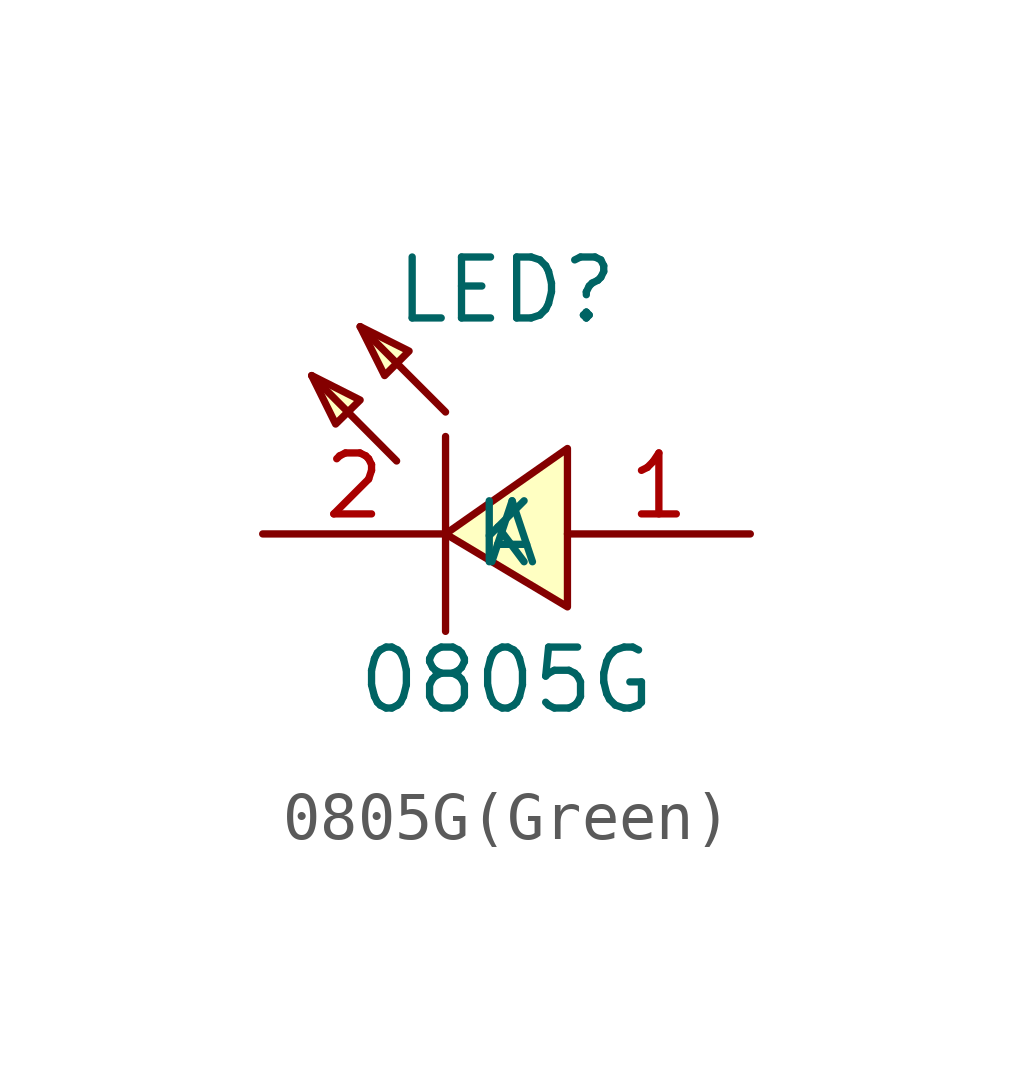
<source format=kicad_sym>
(kicad_symbol_lib
  (version 20231120)
  (generator "kicad_symbol_editor")
  (generator_version "8.0")
  (symbol "0805G(Green)"
    (property "Reference" "LED"
      (at 0 5.08 0)
      (effects (font (size 1.27 1.27))))
    (property "Value" "0805G"
      (at 0 -3.048 0)
      (effects (font (size 1.27 1.27))))
    (symbol "0805G(Green)_0_1"
      (polyline (pts (xy -2.29 1.52) (xy -4.06 3.3)) (stroke (width 0) (type default)) (fill (type none)))
      (polyline (pts (xy -1.27 2.03) (xy -1.27 -2.03)) (stroke (width 0) (type default)) (fill (type none)))
      (polyline (pts (xy -1.27 2.54) (xy -3.05 4.32)) (stroke (width 0) (type default)) (fill (type none)))
      (polyline (pts (xy -4.06 3.3) (xy -3.05 2.79) (xy -3.56 2.29) (xy -4.06 3.3)) (stroke (width 0) (type default)) (fill (type background)))
      (polyline (pts (xy -3.05 4.32) (xy -2.03 3.81) (xy -2.54 3.3) (xy -3.05 4.32)) (stroke (width 0) (type default)) (fill (type background)))
      (polyline (pts (xy 1.27 -1.52) (xy -1.27 0) (xy 1.27 1.78) (xy 1.27 -1.52)) (stroke (width 0) (type default)) (fill (type background)))
      (pin passive line (at 5.08 0 180) (length 3.81) (name "A" (effects (font (size 1.27 1.27)))) (number "1" (effects (font (size 1.27 1.27)))))
      (pin passive line (at -5.08 0 0) (length 3.81) (name "K" (effects (font (size 1.27 1.27)))) (number "2" (effects (font (size 1.27 1.27))))))))
</source>
